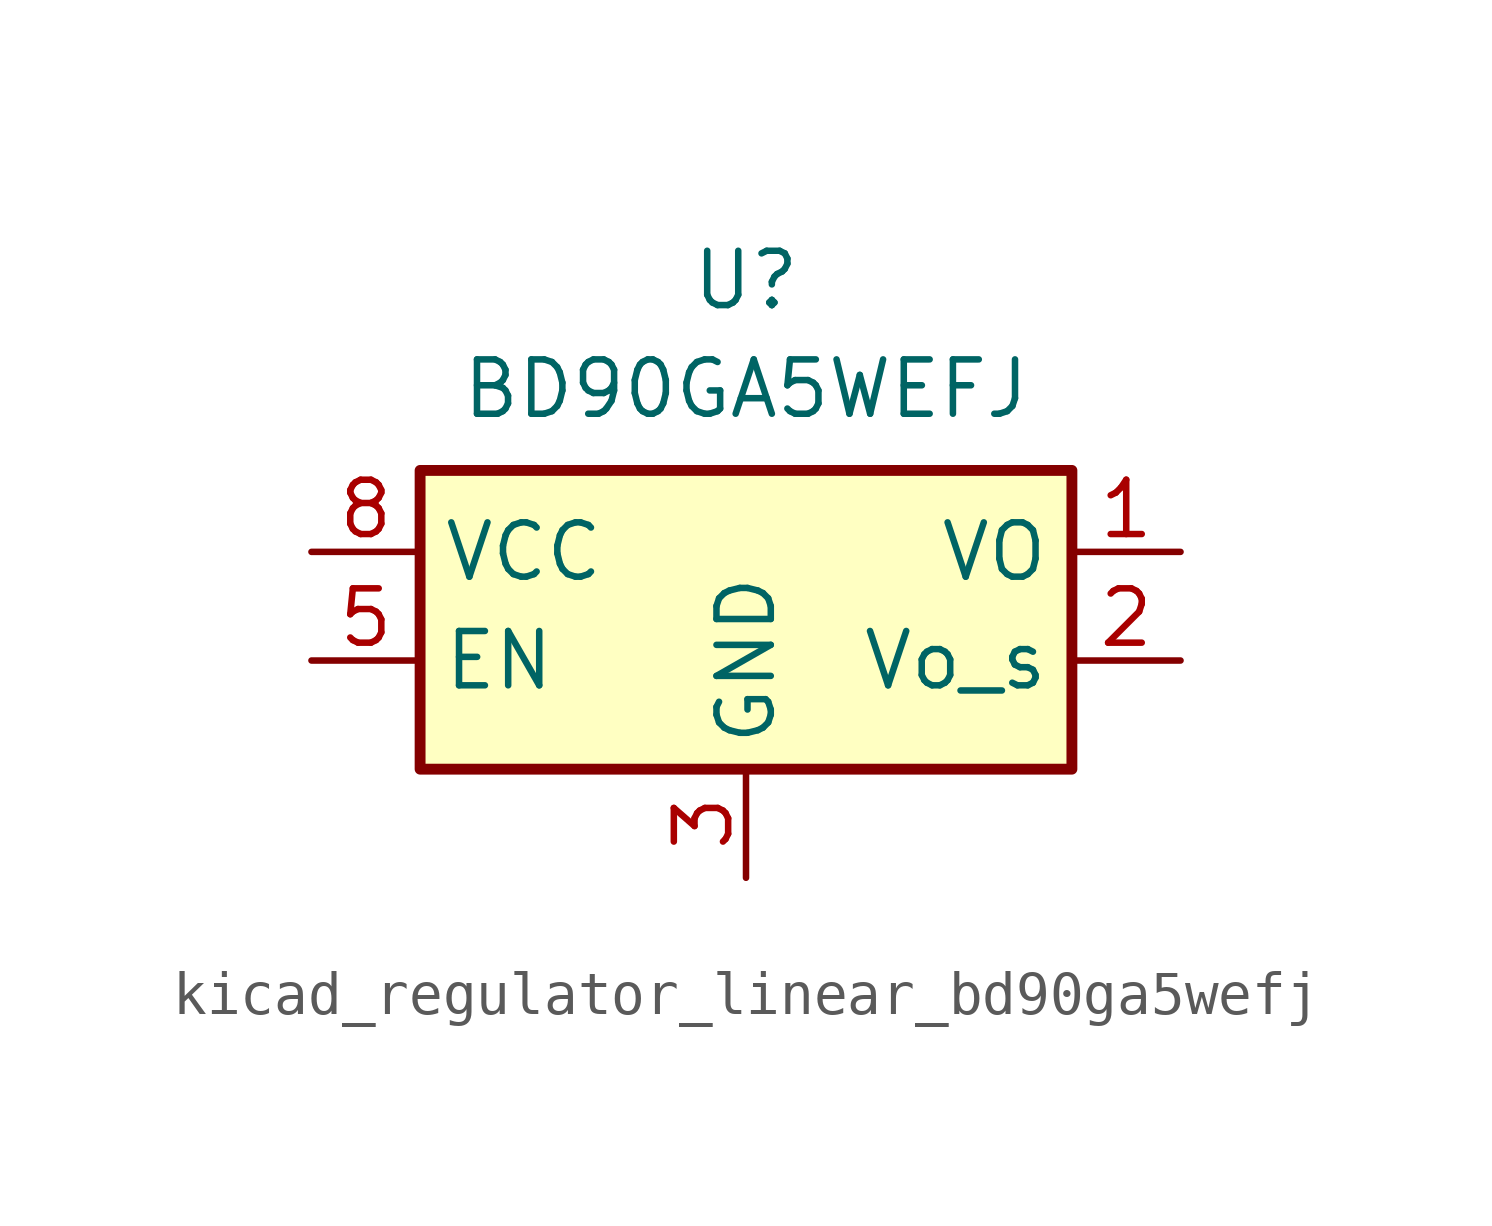
<source format=kicad_sym>
(kicad_symbol_lib
  (version 20220914)
  (generator kicad_symbol_editor)
  (symbol "kicad_regulator_linear_bd90ga5wefj"
    (property "Reference" "U"
      (at 0 6.35 0)
      (effects (font (size 1.27 1.27))))
    (property "Value" "BD90GA5WEFJ"
      (at 0 3.81 0)
      (effects (font (size 1.27 1.27))))
    (symbol "kicad_regulator_linear_bd90ga5wefj_1_1"
      (rectangle (start -7.62 -5.08) (end 7.62 1.905) (stroke (width 0.254) (type default)) (fill (type background)))
      (pin power_out line (at 10.16 0 180) (length 2.54) (name "VO" (effects (font (size 1.27 1.27)))) (number "1" (effects (font (size 1.27 1.27)))))
      (pin input line (at 10.16 -2.54 180) (length 2.54) (name "Vo_s" (effects (font (size 1.27 1.27)))) (number "2" (effects (font (size 1.27 1.27)))))
      (pin power_in line (at 0 -7.62 90) (length 2.54) (name "GND" (effects (font (size 1.27 1.27)))) (number "3" (effects (font (size 1.27 1.27)))))
      (pin passive line (at 0 -7.62 90) (length 2.54) hide (name "GND" (effects (font (size 1.27 1.27)))) (number "4" (effects (font (size 1.27 1.27)))))
      (pin input line (at -10.16 -2.54 0) (length 2.54) (name "EN" (effects (font (size 1.27 1.27)))) (number "5" (effects (font (size 1.27 1.27)))))
      (pin passive line (at 0 -7.62 90) (length 2.54) hide (name "GND" (effects (font (size 1.27 1.27)))) (number "6" (effects (font (size 1.27 1.27)))))
      (pin passive line (at 0 -7.62 90) (length 2.54) hide (name "GND" (effects (font (size 1.27 1.27)))) (number "7" (effects (font (size 1.27 1.27)))))
      (pin power_in line (at -10.16 0 0) (length 2.54) (name "VCC" (effects (font (size 1.27 1.27)))) (number "8" (effects (font (size 1.27 1.27)))))
      (pin passive line (at 0 -7.62 90) (length 2.54) hide (name "GND" (effects (font (size 1.27 1.27)))) (number "9" (effects (font (size 1.27 1.27))))))))
</source>
